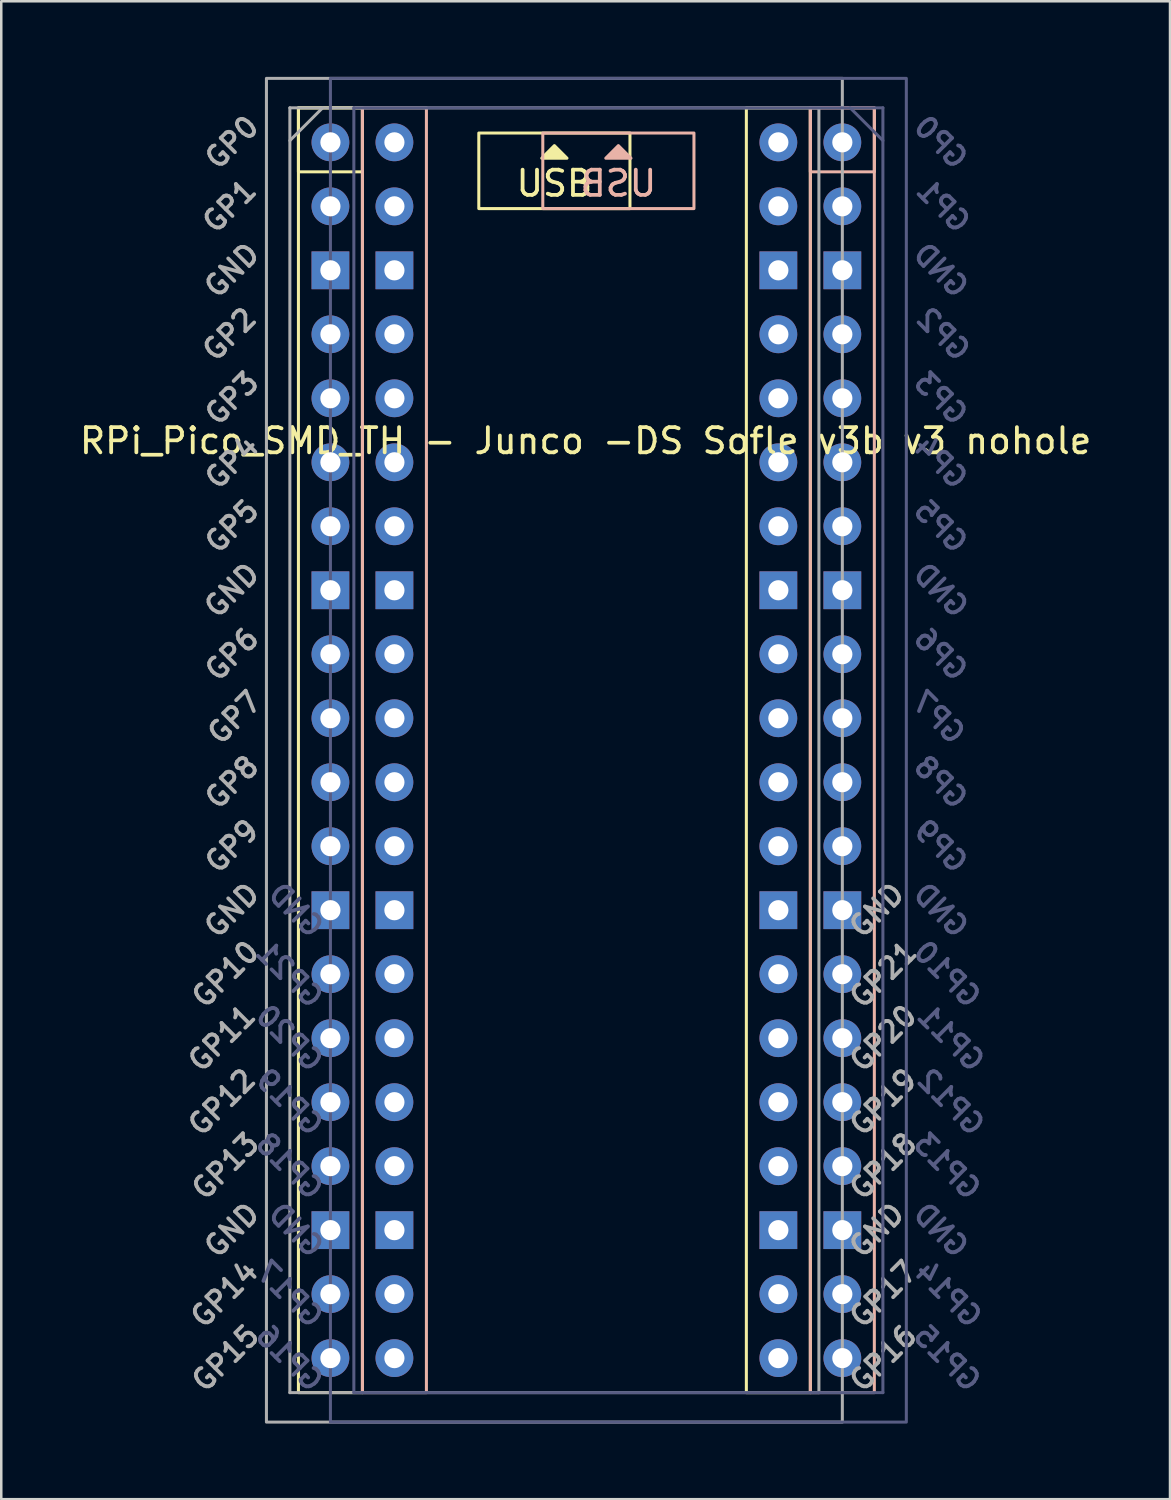
<source format=kicad_pcb>
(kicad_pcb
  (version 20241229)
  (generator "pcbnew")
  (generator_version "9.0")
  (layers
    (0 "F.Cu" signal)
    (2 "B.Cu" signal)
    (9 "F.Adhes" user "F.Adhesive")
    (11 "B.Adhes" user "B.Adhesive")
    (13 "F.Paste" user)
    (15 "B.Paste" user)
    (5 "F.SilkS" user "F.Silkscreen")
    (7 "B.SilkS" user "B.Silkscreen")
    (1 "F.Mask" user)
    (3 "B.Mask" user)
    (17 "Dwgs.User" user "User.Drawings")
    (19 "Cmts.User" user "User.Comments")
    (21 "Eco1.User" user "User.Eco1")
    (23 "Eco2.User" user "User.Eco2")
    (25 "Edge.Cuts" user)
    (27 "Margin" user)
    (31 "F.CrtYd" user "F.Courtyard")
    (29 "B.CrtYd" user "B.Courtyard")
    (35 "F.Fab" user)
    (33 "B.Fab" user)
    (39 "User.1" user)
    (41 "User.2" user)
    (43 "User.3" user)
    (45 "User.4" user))
  (footprint "RPi_Pico_SMD_TH - Junco -DS Sofle v3b v3 nohole"
    (layer "F.Cu")
    (at 20.226 26.73)
    (property "Reference" "RPi_Pico_SMD_TH - Junco -DS Sofle v3b v3 nohole" (at -0.03 -12.28 0) (layer "F.SilkS") (effects (font (size 1 1) (thickness 0.15))))
    (attr through_hole)
    (fp_rect (start -11.43 -25.5) (end -8.89 -22.96) (stroke (width 0.12) (type default)) (fill no) (layer "F.SilkS"))
    (fp_rect (start -11.43 -25.5) (end -8.89 25.5) (stroke (width 0.12) (type default)) (fill no) (layer "F.SilkS"))
    (fp_rect (start -4.27 -24.5) (end 1.73 -21.5) (stroke (width 0.12) (type solid)) (fill no) (layer "F.SilkS"))
    (fp_rect (start 6.35 -25.5) (end 8.89 25.5) (stroke (width 0.12) (type default)) (fill no) (layer "F.SilkS"))
    (fp_poly (pts (xy -0.77 -23.5) (xy -1.77 -23.5) (xy -1.27 -24)) (stroke (width 0.12) (type solid)) (fill yes) (layer "F.SilkS"))
    (fp_rect (start -6.35 -25.5) (end -8.89 25.5) (stroke (width 0.12) (type default)) (fill no) (layer "B.SilkS"))
    (fp_rect (start 4.27 -24.5) (end -1.73 -21.5) (stroke (width 0.12) (type solid)) (fill no) (layer "B.SilkS"))
    (fp_rect (start 11.43 -25.5) (end 8.89 -22.96) (stroke (width 0.12) (type default)) (fill no) (layer "B.SilkS"))
    (fp_rect (start 11.43 -25.5) (end 8.89 25.5) (stroke (width 0.12) (type default)) (fill no) (layer "B.SilkS"))
    (fp_poly (pts (xy 0.77 -23.5) (xy 1.77 -23.5) (xy 1.27 -24)) (stroke (width 0.12) (type solid)) (fill yes) (layer "B.SilkS"))
    (fp_line (start -9.23 -25.5) (end -9.23 25.5) (stroke (width 0.12) (type solid)) (layer "B.Fab"))
    (fp_line (start -9.23 25.5) (end 11.77 25.5) (stroke (width 0.12) (type solid)) (layer "B.Fab"))
    (fp_line (start 11.77 -25.5) (end -9.23 -25.5) (stroke (width 0.12) (type solid)) (layer "B.Fab"))
    (fp_line (start 11.77 -24.2) (end 10.47 -25.5) (stroke (width 0.12) (type solid)) (layer "B.Fab"))
    (fp_line (start 11.77 25.5) (end 11.77 -25.5) (stroke (width 0.12) (type solid)) (layer "B.Fab"))
    (fp_rect (start 12.7 -26.67) (end -10.16 26.67) (stroke (width 0.12) (type solid)) (fill no) (layer "B.Fab"))
    (fp_line (start -11.77 -25.5) (end 9.23 -25.5) (stroke (width 0.12) (type solid)) (layer "F.Fab"))
    (fp_line (start -11.77 -24.2) (end -10.47 -25.5) (stroke (width 0.12) (type solid)) (layer "F.Fab"))
    (fp_line (start -11.77 25.5) (end -11.77 -25.5) (stroke (width 0.12) (type solid)) (layer "F.Fab"))
    (fp_line (start 9.23 -25.5) (end 9.23 25.5) (stroke (width 0.12) (type solid)) (layer "F.Fab"))
    (fp_line (start 9.23 25.5) (end -11.77 25.5) (stroke (width 0.12) (type solid)) (layer "F.Fab"))
    (fp_rect (start -12.7 -26.67) (end 10.16 26.67) (stroke (width 0.12) (type solid)) (fill no) (layer "F.Fab"))
    (fp_text user "USB" (at -1.27 -22.5 0) (unlocked yes) (layer "F.SilkS") (effects (font (size 1 1) (thickness 0.15))))
    (fp_text user "USB" (at 1.27 -22.5 0) (unlocked yes) (layer "B.SilkS") (effects (font (size 1 1) (thickness 0.15)) (justify mirror)))
    (fp_text user "GND" (at 14.07 -19.05 315) (layer "B.Fab") (effects (font (size 0.8 0.8) (thickness 0.15)) (justify mirror)))
    (fp_text user "GP3" (at 14.07 -13.97 315) (layer "B.Fab") (effects (font (size 0.8 0.8) (thickness 0.15)) (justify mirror)))
    (fp_text user "GP11" (at 14.47 11.43 315) (layer "B.Fab") (effects (font (size 0.8 0.8) (thickness 0.15)) (justify mirror)))
    (fp_text user "GP13" (at 14.324 16.51 315) (layer "B.Fab") (effects (font (size 0.8 0.8) (thickness 0.15)) (justify mirror)))
    (fp_text user "GP21" (at -11.784 8.9 315) (layer "B.Fab") (effects (font (size 0.8 0.8) (thickness 0.15)) (justify mirror)))
    (fp_text user "GP5" (at 14.07 -8.89 315) (layer "B.Fab") (effects (font (size 0.8 0.8) (thickness 0.15)) (justify mirror)))
    (fp_text user "GP9" (at 14.07 3.81 315) (layer "B.Fab") (effects (font (size 0.8 0.8) (thickness 0.15)) (justify mirror)))
    (fp_text user "GP16" (at -11.784 24.13 315) (layer "B.Fab") (effects (font (size 0.8 0.8) (thickness 0.15)) (justify mirror)))
    (fp_text user "GP14" (at 14.37 21.59 315) (layer "B.Fab") (effects (font (size 0.8 0.8) (thickness 0.15)) (justify mirror)))
    (fp_text user "GP7" (at 13.97 -1.3 315) (layer "B.Fab") (effects (font (size 0.8 0.8) (thickness 0.15)) (justify mirror)))
    (fp_text user "GP15" (at 14.324 24.13 315) (layer "B.Fab") (effects (font (size 0.8 0.8) (thickness 0.15)) (justify mirror)))
    (fp_text user "GND" (at -11.53 6.35 315) (layer "B.Fab") (effects (font (size 0.8 0.8) (thickness 0.15)) (justify mirror)))
    (fp_text user "GP17" (at -11.784 21.59 315) (layer "B.Fab") (effects (font (size 0.8 0.8) (thickness 0.15)) (justify mirror)))
    (fp_text user "GP20" (at -11.784 11.43 315) (layer "B.Fab") (effects (font (size 0.8 0.8) (thickness 0.15)) (justify mirror)))
    (fp_text user "GP6" (at 14.07 -3.81 315) (layer "B.Fab") (effects (font (size 0.8 0.8) (thickness 0.15)) (justify mirror)))
    (fp_text user "GP2" (at 14.17 -16.51 315) (layer "B.Fab") (effects (font (size 0.8 0.8) (thickness 0.15)) (justify mirror)))
    (fp_text user "GP12" (at 14.47 13.97 315) (layer "B.Fab") (effects (font (size 0.8 0.8) (thickness 0.15)) (justify mirror)))
    (fp_text user "GND" (at 14.07 6.35 315) (layer "B.Fab") (effects (font (size 0.8 0.8) (thickness 0.15)) (justify mirror)))
    (fp_text user "GP0" (at 14.07 -24.13 315) (layer "B.Fab") (effects (font (size 0.8 0.8) (thickness 0.15)) (justify mirror)))
    (fp_text user "GND" (at 14.07 -6.35 315) (layer "B.Fab") (effects (font (size 0.8 0.8) (thickness 0.15)) (justify mirror)))
    (fp_text user "GP19" (at -11.784 13.97 315) (layer "B.Fab") (effects (font (size 0.8 0.8) (thickness 0.15)) (justify mirror)))
    (fp_text user "GP4" (at 14.07 -11.43 315) (layer "B.Fab") (effects (font (size 0.8 0.8) (thickness 0.15)) (justify mirror)))
    (fp_text user "GP1" (at 14.17 -21.6 315) (layer "B.Fab") (effects (font (size 0.8 0.8) (thickness 0.15)) (justify mirror)))
    (fp_text user "GP10" (at 14.324 8.89 315) (layer "B.Fab") (effects (font (size 0.8 0.8) (thickness 0.15)) (justify mirror)))
    (fp_text user "GP8" (at 14.07 1.27 315) (layer "B.Fab") (effects (font (size 0.8 0.8) (thickness 0.15)) (justify mirror)))
    (fp_text user "GND" (at -11.53 19.05 315) (layer "B.Fab") (effects (font (size 0.8 0.8) (thickness 0.15)) (justify mirror)))
    (fp_text user "GP18" (at -11.784 16.51 315) (layer "B.Fab") (effects (font (size 0.8 0.8) (thickness 0.15)) (justify mirror)))
    (fp_text user "GND" (at 14.07 19.05 315) (layer "B.Fab") (effects (font (size 0.8 0.8) (thickness 0.15)) (justify mirror)))
    (fp_text user "GP21" (at 11.784 8.9 45) (layer "F.Fab") (effects (font (size 0.8 0.8) (thickness 0.15))))
    (fp_text user "GP19" (at 11.784 13.97 45) (layer "F.Fab") (effects (font (size 0.8 0.8) (thickness 0.15))))
    (fp_text user "GND" (at -14.07 6.35 45) (layer "F.Fab") (effects (font (size 0.8 0.8) (thickness 0.15))))
    (fp_text user "GND" (at -14.07 19.05 45) (layer "F.Fab") (effects (font (size 0.8 0.8) (thickness 0.15))))
    (fp_text user "GP0" (at -14.07 -24.13 45) (layer "F.Fab") (effects (font (size 0.8 0.8) (thickness 0.15))))
    (fp_text user "GP11" (at -14.47 11.43 45) (layer "F.Fab") (effects (font (size 0.8 0.8) (thickness 0.15))))
    (fp_text user "GP15" (at -14.324 24.13 45) (layer "F.Fab") (effects (font (size 0.8 0.8) (thickness 0.15))))
    (fp_text user "GND" (at -14.07 -6.35 45) (layer "F.Fab") (effects (font (size 0.8 0.8) (thickness 0.15))))
    (fp_text user "GP20" (at 11.784 11.43 45) (layer "F.Fab") (effects (font (size 0.8 0.8) (thickness 0.15))))
    (fp_text user "GP3" (at -14.07 -13.97 45) (layer "F.Fab") (effects (font (size 0.8 0.8) (thickness 0.15))))
    (fp_text user "GP17" (at 11.784 21.59 45) (layer "F.Fab") (effects (font (size 0.8 0.8) (thickness 0.15))))
    (fp_text user "GP1" (at -14.17 -21.6 45) (layer "F.Fab") (effects (font (size 0.8 0.8) (thickness 0.15))))
    (fp_text user "GP13" (at -14.324 16.51 45) (layer "F.Fab") (effects (font (size 0.8 0.8) (thickness 0.15))))
    (fp_text user "GP14" (at -14.37 21.59 45) (layer "F.Fab") (effects (font (size 0.8 0.8) (thickness 0.15))))
    (fp_text user "GP4" (at -14.07 -11.43 45) (layer "F.Fab") (effects (font (size 0.8 0.8) (thickness 0.15))))
    (fp_text user "GP16" (at 11.784 24.13 45) (layer "F.Fab") (effects (font (size 0.8 0.8) (thickness 0.15))))
    (fp_text user "GP9" (at -14.07 3.81 45) (layer "F.Fab") (effects (font (size 0.8 0.8) (thickness 0.15))))
    (fp_text user "GP5" (at -14.07 -8.89 45) (layer "F.Fab") (effects (font (size 0.8 0.8) (thickness 0.15))))
    (fp_text user "GND" (at 11.53 19.05 45) (layer "F.Fab") (effects (font (size 0.8 0.8) (thickness 0.15))))
    (fp_text user "GP12" (at -14.47 13.97 45) (layer "F.Fab") (effects (font (size 0.8 0.8) (thickness 0.15))))
    (fp_text user "GP10" (at -14.324 8.89 45) (layer "F.Fab") (effects (font (size 0.8 0.8) (thickness 0.15))))
    (fp_text user "GP8" (at -14.07 1.27 45) (layer "F.Fab") (effects (font (size 0.8 0.8) (thickness 0.15))))
    (fp_text user "GND" (at 11.53 6.35 45) (layer "F.Fab") (effects (font (size 0.8 0.8) (thickness 0.15))))
    (fp_text user "GP7" (at -13.97 -1.3 45) (layer "F.Fab") (effects (font (size 0.8 0.8) (thickness 0.15))))
    (fp_text user "GND" (at -14.07 -19.05 45) (layer "F.Fab") (effects (font (size 0.8 0.8) (thickness 0.15))))
    (fp_text user "GP2" (at -14.17 -16.51 45) (layer "F.Fab") (effects (font (size 0.8 0.8) (thickness 0.15))))
    (fp_text user "GP18" (at 11.784 16.51 45) (layer "F.Fab") (effects (font (size 0.8 0.8) (thickness 0.15))))
    (fp_text user "GP6" (at -14.07 -3.81 45) (layer "F.Fab") (effects (font (size 0.8 0.8) (thickness 0.15))))
    (pad "1" thru_hole circle (at -10.16 -24.13) (size 1.5 1.5) (drill 0.8) (layers "*.Cu" "B.Mask"))
    (pad "1" thru_hole circle (at 10.16 -24.13) (size 1.5 1.5) (drill 0.8) (layers "*.Cu" "F.Mask"))
    (pad "2" thru_hole circle (at -10.16 -21.59) (size 1.5 1.5) (drill 0.8) (layers "*.Cu" "B.Mask"))
    (pad "2" thru_hole circle (at 10.16 -21.59) (size 1.5 1.5) (drill 0.8) (layers "*.Cu" "F.Mask"))
    (pad "3" thru_hole rect (at -10.16 -19.05) (size 1.5 1.5) (drill 0.8) (layers "*.Cu" "B.Mask"))
    (pad "3" thru_hole rect (at 10.16 -19.05) (size 1.5 1.5) (drill 0.8) (layers "*.Cu" "F.Mask"))
    (pad "4" thru_hole circle (at -10.16 -16.51) (size 1.5 1.5) (drill 0.8) (layers "*.Cu" "B.Mask"))
    (pad "4" thru_hole circle (at 10.16 -16.51) (size 1.5 1.5) (drill 0.8) (layers "*.Cu" "F.Mask"))
    (pad "5" thru_hole circle (at -10.16 -13.97) (size 1.5 1.5) (drill 0.8) (layers "*.Cu" "B.Mask"))
    (pad "5" thru_hole circle (at 10.16 -13.97) (size 1.5 1.5) (drill 0.8) (layers "*.Cu" "F.Mask"))
    (pad "6" thru_hole circle (at -10.16 -11.43) (size 1.5 1.5) (drill 0.8) (layers "*.Cu" "B.Mask"))
    (pad "6" thru_hole circle (at 10.16 -11.43) (size 1.5 1.5) (drill 0.8) (layers "*.Cu" "F.Mask"))
    (pad "7" thru_hole circle (at -10.16 -8.89) (size 1.5 1.5) (drill 0.8) (layers "*.Cu" "B.Mask"))
    (pad "7" thru_hole circle (at 10.16 -8.89) (size 1.5 1.5) (drill 0.8) (layers "*.Cu" "F.Mask"))
    (pad "8" thru_hole rect (at -10.16 -6.35) (size 1.5 1.5) (drill 0.8) (layers "*.Cu" "B.Mask"))
    (pad "8" thru_hole rect (at 10.16 -6.35) (size 1.5 1.5) (drill 0.8) (layers "*.Cu" "F.Mask"))
    (pad "9" thru_hole circle (at -10.16 -3.81) (size 1.5 1.5) (drill 0.8) (layers "*.Cu" "B.Mask"))
    (pad "9" thru_hole circle (at 10.16 -3.81) (size 1.5 1.5) (drill 0.8) (layers "*.Cu" "F.Mask"))
    (pad "10" thru_hole circle (at -10.16 -1.27) (size 1.5 1.5) (drill 0.8) (layers "*.Cu" "B.Mask"))
    (pad "10" thru_hole circle (at 10.16 -1.27) (size 1.5 1.5) (drill 0.8) (layers "*.Cu" "F.Mask"))
    (pad "11" thru_hole circle (at -10.16 1.27) (size 1.5 1.5) (drill 0.8) (layers "*.Cu" "B.Mask"))
    (pad "11" thru_hole circle (at 10.16 1.27) (size 1.5 1.5) (drill 0.8) (layers "*.Cu" "F.Mask"))
    (pad "12" thru_hole circle (at -10.16 3.81) (size 1.5 1.5) (drill 0.8) (layers "*.Cu" "B.Mask"))
    (pad "12" thru_hole circle (at 10.16 3.81) (size 1.5 1.5) (drill 0.8) (layers "*.Cu" "F.Mask"))
    (pad "13" thru_hole rect (at -10.16 6.35) (size 1.5 1.5) (drill 0.8) (layers "*.Cu" "B.Mask"))
    (pad "13" thru_hole rect (at 10.16 6.35) (size 1.5 1.5) (drill 0.8) (layers "*.Cu" "F.Mask"))
    (pad "14" thru_hole circle (at -10.16 8.89) (size 1.5 1.5) (drill 0.8) (layers "*.Cu" "B.Mask"))
    (pad "14" thru_hole circle (at 10.16 8.89) (size 1.5 1.5) (drill 0.8) (layers "*.Cu" "F.Mask"))
    (pad "15" thru_hole circle (at -10.16 11.43) (size 1.5 1.5) (drill 0.8) (layers "*.Cu" "B.Mask"))
    (pad "15" thru_hole circle (at 10.16 11.43) (size 1.5 1.5) (drill 0.8) (layers "*.Cu" "F.Mask"))
    (pad "16" thru_hole circle (at -10.16 13.97) (size 1.5 1.5) (drill 0.8) (layers "*.Cu" "B.Mask"))
    (pad "16" thru_hole circle (at 10.16 13.97) (size 1.5 1.5) (drill 0.8) (layers "*.Cu" "F.Mask"))
    (pad "17" thru_hole circle (at -10.16 16.51) (size 1.5 1.5) (drill 0.8) (layers "*.Cu" "B.Mask"))
    (pad "17" thru_hole circle (at 10.16 16.51) (size 1.5 1.5) (drill 0.8) (layers "*.Cu" "F.Mask"))
    (pad "18" thru_hole rect (at -10.16 19.05) (size 1.5 1.5) (drill 0.8) (layers "*.Cu" "B.Mask"))
    (pad "18" thru_hole rect (at 10.16 19.05) (size 1.5 1.5) (drill 0.8) (layers "*.Cu" "F.Mask"))
    (pad "19" thru_hole circle (at -10.16 21.59) (size 1.5 1.5) (drill 0.8) (layers "*.Cu" "B.Mask"))
    (pad "19" thru_hole circle (at 10.16 21.59) (size 1.5 1.5) (drill 0.8) (layers "*.Cu" "F.Mask"))
    (pad "20" thru_hole circle (at -10.16 24.13) (size 1.5 1.5) (drill 0.8) (layers "*.Cu" "B.Mask"))
    (pad "20" thru_hole circle (at 10.16 24.13) (size 1.5 1.5) (drill 0.8) (layers "*.Cu" "F.Mask"))
    (pad "21" thru_hole circle (at -7.62 24.13) (size 1.5 1.5) (drill 0.8) (layers "*.Cu" "F.Mask"))
    (pad "21" thru_hole circle (at 7.62 24.13) (size 1.5 1.5) (drill 0.8) (layers "*.Cu" "B.Mask"))
    (pad "22" thru_hole circle (at -7.62 21.59) (size 1.5 1.5) (drill 0.8) (layers "*.Cu" "F.Mask"))
    (pad "22" thru_hole circle (at 7.62 21.59) (size 1.5 1.5) (drill 0.8) (layers "*.Cu" "B.Mask"))
    (pad "23" thru_hole rect (at -7.62 19.05) (size 1.5 1.5) (drill 0.8) (layers "*.Cu" "F.Mask"))
    (pad "23" thru_hole rect (at 7.62 19.05) (size 1.5 1.5) (drill 0.8) (layers "*.Cu" "B.Mask"))
    (pad "24" thru_hole circle (at -7.62 16.51) (size 1.5 1.5) (drill 0.8) (layers "*.Cu" "F.Mask"))
    (pad "24" thru_hole circle (at 7.62 16.51) (size 1.5 1.5) (drill 0.8) (layers "*.Cu" "B.Mask"))
    (pad "25" thru_hole circle (at -7.62 13.97) (size 1.5 1.5) (drill 0.8) (layers "*.Cu" "F.Mask"))
    (pad "25" thru_hole circle (at 7.62 13.97) (size 1.5 1.5) (drill 0.8) (layers "*.Cu" "B.Mask"))
    (pad "26" thru_hole circle (at -7.62 11.43) (size 1.5 1.5) (drill 0.8) (layers "*.Cu" "F.Mask"))
    (pad "26" thru_hole circle (at 7.62 11.43) (size 1.5 1.5) (drill 0.8) (layers "*.Cu" "B.Mask"))
    (pad "27" thru_hole circle (at -7.62 8.89) (size 1.5 1.5) (drill 0.8) (layers "*.Cu" "F.Mask"))
    (pad "27" thru_hole circle (at 7.62 8.89) (size 1.5 1.5) (drill 0.8) (layers "*.Cu" "B.Mask"))
    (pad "28" thru_hole rect (at -7.62 6.35) (size 1.5 1.5) (drill 0.8) (layers "*.Cu" "F.Mask"))
    (pad "28" thru_hole rect (at 7.62 6.35) (size 1.5 1.5) (drill 0.8) (layers "*.Cu" "B.Mask"))
    (pad "29" thru_hole circle (at -7.62 3.81) (size 1.5 1.5) (drill 0.8) (layers "*.Cu" "F.Mask"))
    (pad "29" thru_hole circle (at 7.62 3.81) (size 1.5 1.5) (drill 0.8) (layers "*.Cu" "B.Mask"))
    (pad "30" thru_hole circle (at -7.62 1.27) (size 1.5 1.5) (drill 0.8) (layers "*.Cu" "F.Mask"))
    (pad "30" thru_hole circle (at 7.62 1.27) (size 1.5 1.5) (drill 0.8) (layers "*.Cu" "B.Mask"))
    (pad "31" thru_hole circle (at -7.62 -1.27) (size 1.5 1.5) (drill 0.8) (layers "*.Cu" "F.Mask"))
    (pad "31" thru_hole circle (at 7.62 -1.27) (size 1.5 1.5) (drill 0.8) (layers "*.Cu" "B.Mask"))
    (pad "32" thru_hole circle (at -7.62 -3.81) (size 1.5 1.5) (drill 0.8) (layers "*.Cu" "F.Mask"))
    (pad "32" thru_hole circle (at 7.62 -3.81) (size 1.5 1.5) (drill 0.8) (layers "*.Cu" "B.Mask"))
    (pad "33" thru_hole rect (at -7.62 -6.35) (size 1.5 1.5) (drill 0.8) (layers "*.Cu" "F.Mask"))
    (pad "33" thru_hole rect (at 7.62 -6.35) (size 1.5 1.5) (drill 0.8) (layers "*.Cu" "B.Mask"))
    (pad "34" thru_hole circle (at -7.62 -8.89) (size 1.5 1.5) (drill 0.8) (layers "*.Cu" "F.Mask"))
    (pad "34" thru_hole circle (at 7.62 -8.89) (size 1.5 1.5) (drill 0.8) (layers "*.Cu" "B.Mask"))
    (pad "35" thru_hole circle (at -7.62 -11.43) (size 1.5 1.5) (drill 0.8) (layers "*.Cu" "F.Mask"))
    (pad "35" thru_hole circle (at 7.62 -11.43) (size 1.5 1.5) (drill 0.8) (layers "*.Cu" "B.Mask"))
    (pad "36" thru_hole circle (at -7.62 -13.97) (size 1.5 1.5) (drill 0.8) (layers "*.Cu" "F.Mask"))
    (pad "36" thru_hole circle (at 7.62 -13.97) (size 1.5 1.5) (drill 0.8) (layers "*.Cu" "B.Mask"))
    (pad "37" thru_hole circle (at -7.62 -16.51) (size 1.5 1.5) (drill 0.8) (layers "*.Cu" "F.Mask"))
    (pad "37" thru_hole circle (at 7.62 -16.51) (size 1.5 1.5) (drill 0.8) (layers "*.Cu" "B.Mask"))
    (pad "38" thru_hole rect (at -7.62 -19.05) (size 1.5 1.5) (drill 0.8) (layers "*.Cu" "F.Mask"))
    (pad "38" thru_hole rect (at 7.62 -19.05) (size 1.5 1.5) (drill 0.8) (layers "*.Cu" "B.Mask"))
    (pad "39" thru_hole circle (at -7.62 -21.59) (size 1.5 1.5) (drill 0.8) (layers "*.Cu" "F.Mask"))
    (pad "39" thru_hole circle (at 7.62 -21.59) (size 1.5 1.5) (drill 0.8) (layers "*.Cu" "B.Mask"))
    (pad "40" thru_hole circle (at -7.62 -24.13) (size 1.5 1.5) (drill 0.8) (layers "*.Cu" "F.Mask"))
    (pad "40" thru_hole circle (at 7.62 -24.13) (size 1.5 1.5) (drill 0.8) (layers "*.Cu" "B.Mask")))
  (gr_rect
    (start -3 -3)
    (end 43.393 56.46)
    (stroke (width 0.1) (type default))
    (fill no)
    (layer "Edge.Cuts")))
</source>
